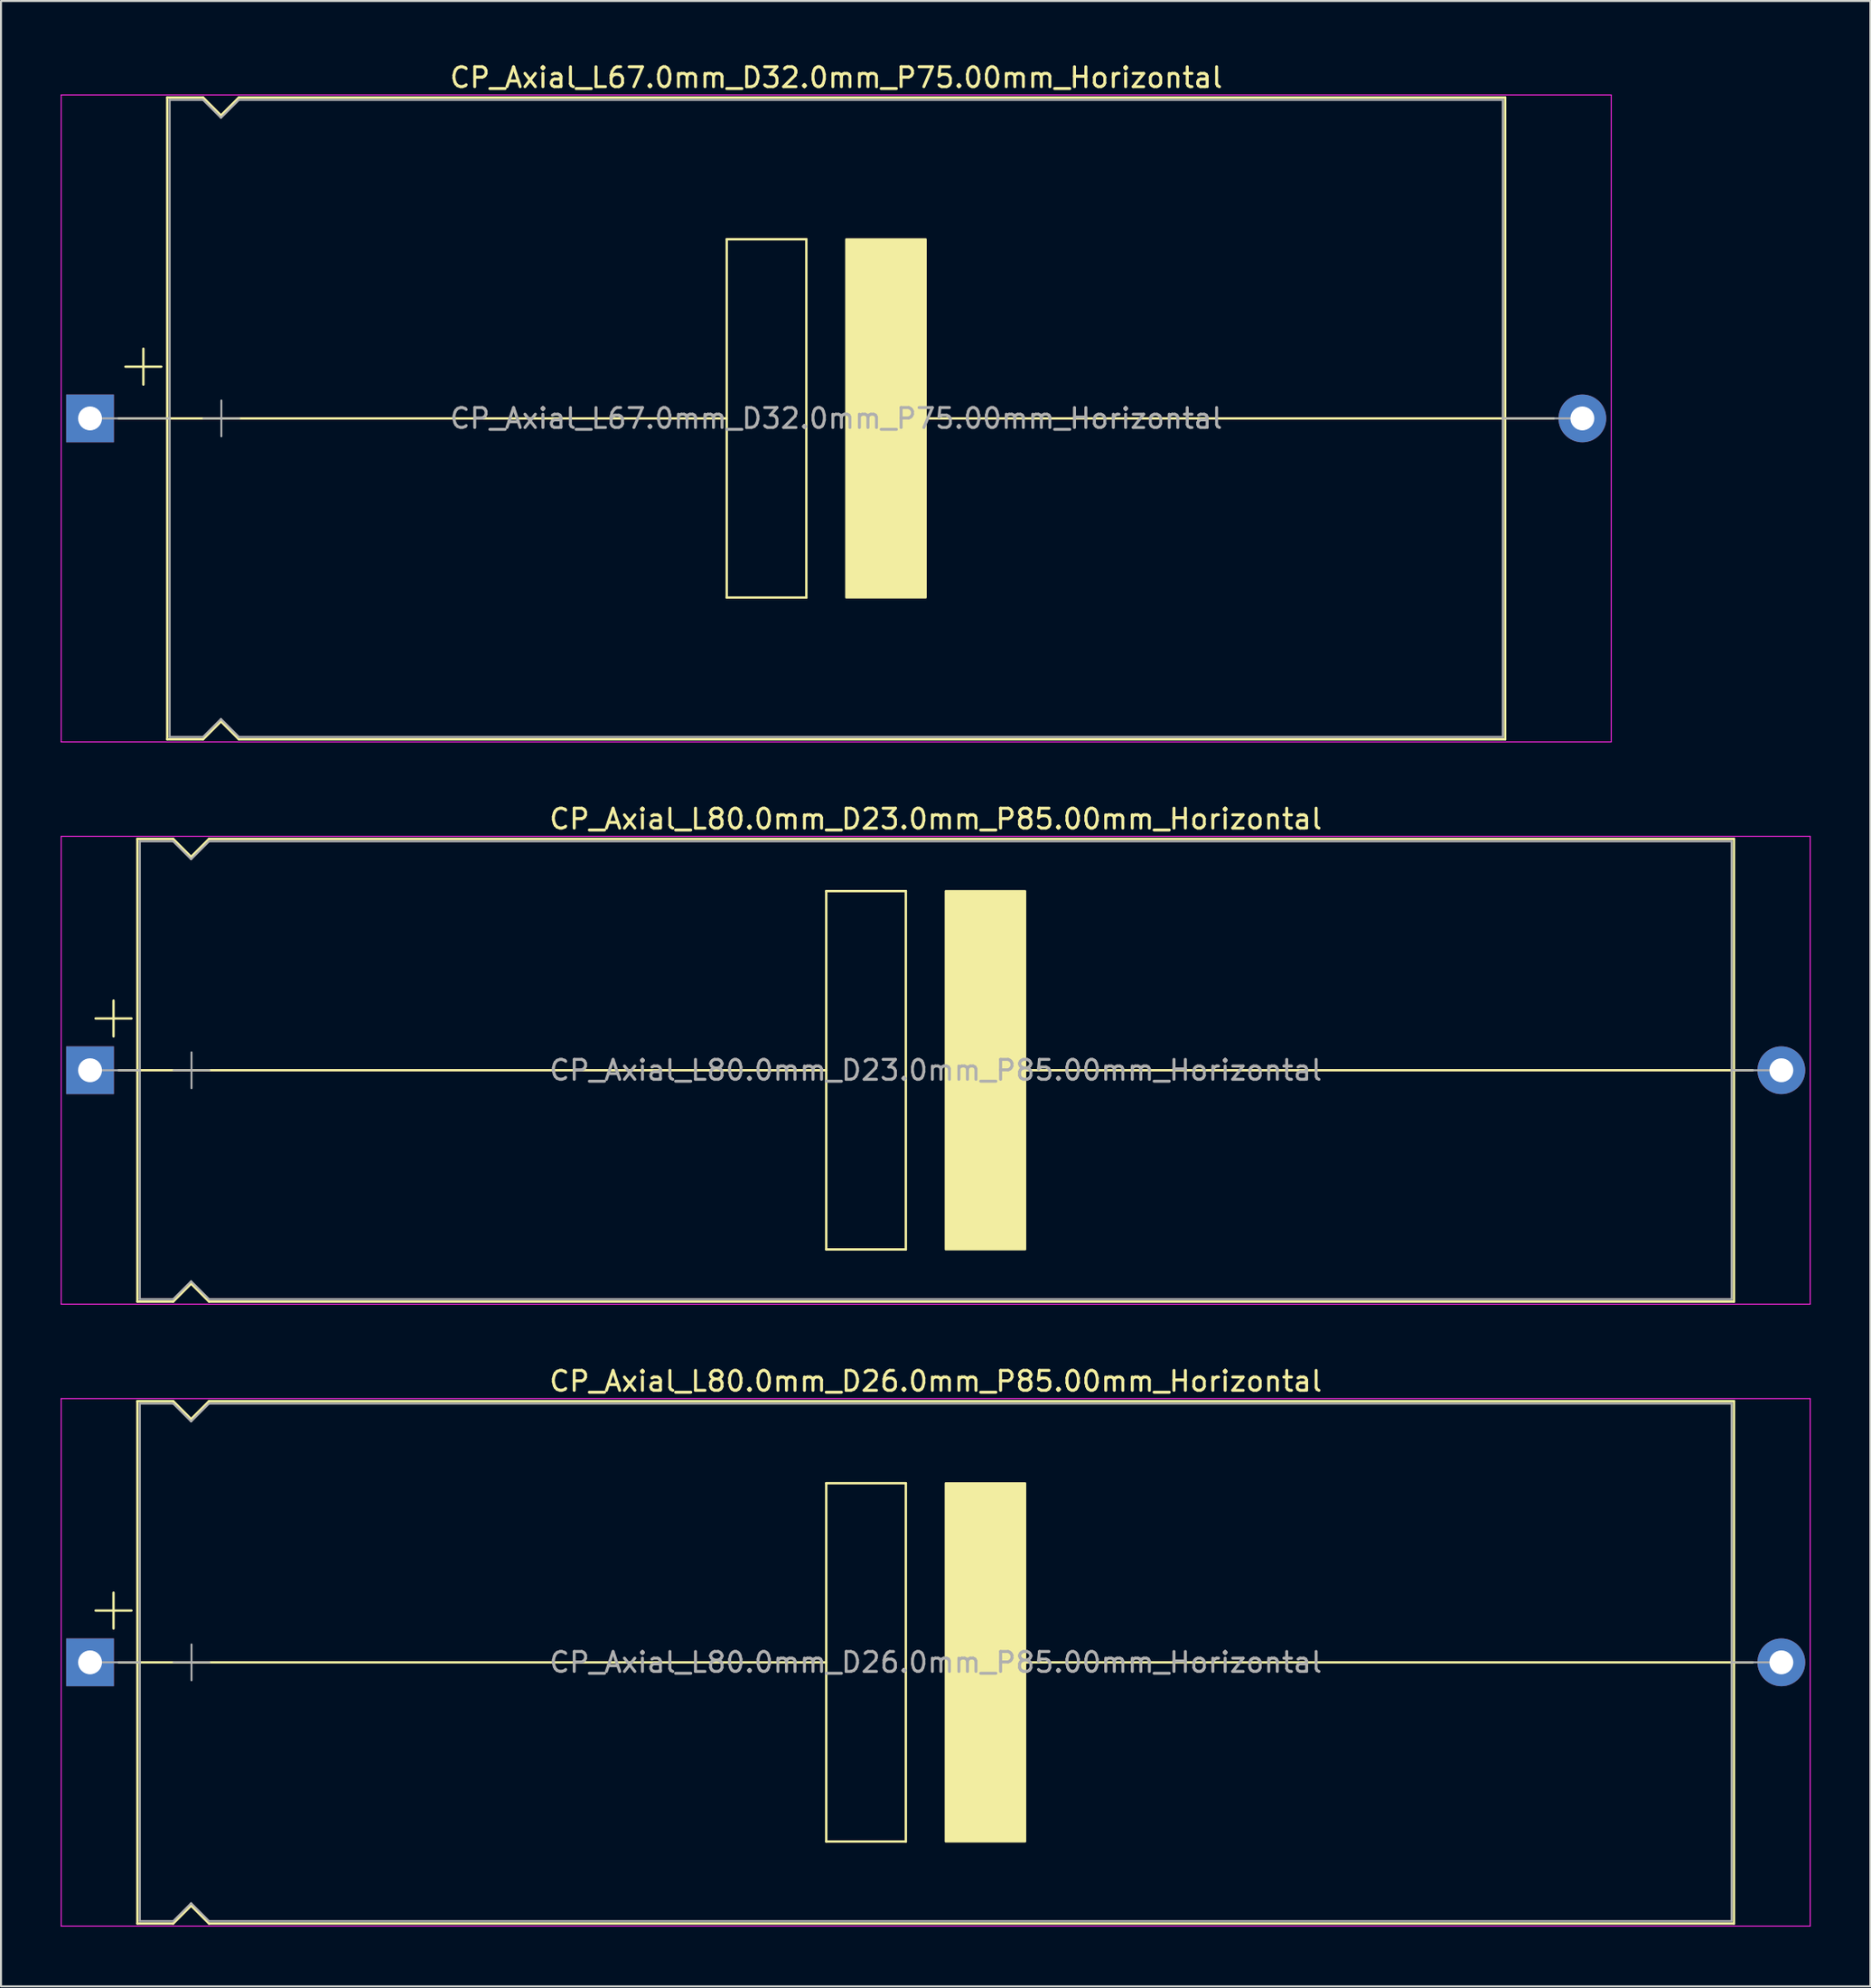
<source format=kicad_pcb>
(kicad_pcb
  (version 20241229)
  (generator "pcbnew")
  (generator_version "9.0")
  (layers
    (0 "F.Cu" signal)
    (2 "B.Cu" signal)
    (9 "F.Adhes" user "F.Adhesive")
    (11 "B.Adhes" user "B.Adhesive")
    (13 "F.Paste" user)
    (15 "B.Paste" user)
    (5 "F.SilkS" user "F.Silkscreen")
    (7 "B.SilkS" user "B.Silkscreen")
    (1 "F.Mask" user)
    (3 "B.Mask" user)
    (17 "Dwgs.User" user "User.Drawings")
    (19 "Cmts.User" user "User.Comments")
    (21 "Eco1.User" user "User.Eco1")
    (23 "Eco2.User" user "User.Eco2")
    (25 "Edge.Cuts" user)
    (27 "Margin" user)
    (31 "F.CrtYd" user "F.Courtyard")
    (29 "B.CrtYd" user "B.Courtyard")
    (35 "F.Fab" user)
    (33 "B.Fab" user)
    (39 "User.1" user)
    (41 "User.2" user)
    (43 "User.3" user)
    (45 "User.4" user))
  (footprint "CP_Axial_L80.0mm_D26.0mm_P85.00mm_Horizontal"
    (layer "F.Cu")
    (at 1.475 80.455)
    (property "Reference" "CP_Axial_L80.0mm_D26.0mm_P85.00mm_Horizontal" (at 42.5 -14.12 0) (layer "F.SilkS") (effects (font (size 1 1) (thickness 0.15))))
    (attr through_hole)
    (fp_line (start 0.28 -2.6) (end 2.08 -2.6) (stroke (width 0.12) (type solid)) (layer "F.SilkS"))
    (fp_line (start 1.18 -3.5) (end 1.18 -1.7) (stroke (width 0.12) (type solid)) (layer "F.SilkS"))
    (fp_line (start 1.44 0) (end 2.38 0) (stroke (width 0.12) (type solid)) (layer "F.SilkS"))
    (fp_line (start 2.38 -13.12) (end 2.38 13.12) (stroke (width 0.12) (type solid)) (layer "F.SilkS"))
    (fp_line (start 2.38 -13.12) (end 4.18 -13.12) (stroke (width 0.12) (type solid)) (layer "F.SilkS"))
    (fp_line (start 2.38 0) (end 37 0) (stroke (width 0.12) (type solid)) (layer "F.SilkS"))
    (fp_line (start 2.38 13.12) (end 4.18 13.12) (stroke (width 0.12) (type solid)) (layer "F.SilkS"))
    (fp_line (start 4.18 -13.12) (end 5.08 -12.22) (stroke (width 0.12) (type solid)) (layer "F.SilkS"))
    (fp_line (start 4.18 13.12) (end 5.08 12.22) (stroke (width 0.12) (type solid)) (layer "F.SilkS"))
    (fp_line (start 5.08 -12.22) (end 5.98 -13.12) (stroke (width 0.12) (type solid)) (layer "F.SilkS"))
    (fp_line (start 5.08 12.22) (end 5.98 13.12) (stroke (width 0.12) (type solid)) (layer "F.SilkS"))
    (fp_line (start 5.98 -13.12) (end 82.62 -13.12) (stroke (width 0.12) (type solid)) (layer "F.SilkS"))
    (fp_line (start 5.98 13.12) (end 82.62 13.12) (stroke (width 0.12) (type solid)) (layer "F.SilkS"))
    (fp_line (start 37 -9) (end 41 -9) (stroke (width 0.12) (type solid)) (layer "F.SilkS"))
    (fp_line (start 37 9) (end 37 -9) (stroke (width 0.12) (type solid)) (layer "F.SilkS"))
    (fp_line (start 41 -9) (end 41 9) (stroke (width 0.12) (type solid)) (layer "F.SilkS"))
    (fp_line (start 41 9) (end 37 9) (stroke (width 0.12) (type solid)) (layer "F.SilkS"))
    (fp_line (start 47 0) (end 82.62 0) (stroke (width 0.12) (type solid)) (layer "F.SilkS"))
    (fp_line (start 82.62 -13.12) (end 82.62 13.12) (stroke (width 0.12) (type solid)) (layer "F.SilkS"))
    (fp_line (start 83.56 0) (end 82.62 0) (stroke (width 0.12) (type solid)) (layer "F.SilkS"))
    (fp_poly (pts (xy 47 9) (xy 43 9) (xy 43 -9) (xy 47 -9)) (stroke (width 0.1) (type solid)) (fill yes) (layer "F.SilkS"))
    (fp_line (start -1.45 -13.25) (end -1.45 13.25) (stroke (width 0.05) (type solid)) (layer "F.CrtYd"))
    (fp_line (start -1.45 13.25) (end 86.45 13.25) (stroke (width 0.05) (type solid)) (layer "F.CrtYd"))
    (fp_line (start 86.45 -13.25) (end -1.45 -13.25) (stroke (width 0.05) (type solid)) (layer "F.CrtYd"))
    (fp_line (start 86.45 13.25) (end 86.45 -13.25) (stroke (width 0.05) (type solid)) (layer "F.CrtYd"))
    (fp_line (start 0 0) (end 2.5 0) (stroke (width 0.1) (type solid)) (layer "F.Fab"))
    (fp_line (start 2.5 -13) (end 2.5 13) (stroke (width 0.1) (type solid)) (layer "F.Fab"))
    (fp_line (start 2.5 -13) (end 4.18 -13) (stroke (width 0.1) (type solid)) (layer "F.Fab"))
    (fp_line (start 2.5 13) (end 4.18 13) (stroke (width 0.1) (type solid)) (layer "F.Fab"))
    (fp_line (start 4.18 -13) (end 5.08 -12.1) (stroke (width 0.1) (type solid)) (layer "F.Fab"))
    (fp_line (start 4.18 13) (end 5.08 12.1) (stroke (width 0.1) (type solid)) (layer "F.Fab"))
    (fp_line (start 4.2 0) (end 6 0) (stroke (width 0.1) (type solid)) (layer "F.Fab"))
    (fp_line (start 5.08 -12.1) (end 5.98 -13) (stroke (width 0.1) (type solid)) (layer "F.Fab"))
    (fp_line (start 5.08 12.1) (end 5.98 13) (stroke (width 0.1) (type solid)) (layer "F.Fab"))
    (fp_line (start 5.1 -0.9) (end 5.1 0.9) (stroke (width 0.1) (type solid)) (layer "F.Fab"))
    (fp_line (start 5.98 -13) (end 82.5 -13) (stroke (width 0.1) (type solid)) (layer "F.Fab"))
    (fp_line (start 5.98 13) (end 82.5 13) (stroke (width 0.1) (type solid)) (layer "F.Fab"))
    (fp_line (start 82.5 -13) (end 82.5 13) (stroke (width 0.1) (type solid)) (layer "F.Fab"))
    (fp_line (start 85 0) (end 82.5 0) (stroke (width 0.1) (type solid)) (layer "F.Fab"))
    (fp_text user "${REFERENCE}" (at 42.5 0 0) (layer "F.Fab") (effects (font (size 1 1) (thickness 0.15))))
    (pad "1" thru_hole rect (at 0 0) (size 2.4 2.4) (drill 1.2) (layers "*.Cu" "*.Mask"))
    (pad "2" thru_hole oval (at 85 0) (size 2.4 2.4) (drill 1.2) (layers "*.Cu" "*.Mask")))
  (footprint "CP_Axial_L80.0mm_D23.0mm_P85.00mm_Horizontal"
    (layer "F.Cu")
    (at 1.475 50.712)
    (property "Reference" "CP_Axial_L80.0mm_D23.0mm_P85.00mm_Horizontal" (at 42.5 -12.62 0) (layer "F.SilkS") (effects (font (size 1 1) (thickness 0.15))))
    (attr through_hole)
    (fp_line (start 0.28 -2.6) (end 2.08 -2.6) (stroke (width 0.12) (type solid)) (layer "F.SilkS"))
    (fp_line (start 1.18 -3.5) (end 1.18 -1.7) (stroke (width 0.12) (type solid)) (layer "F.SilkS"))
    (fp_line (start 1.44 0) (end 2.38 0) (stroke (width 0.12) (type solid)) (layer "F.SilkS"))
    (fp_line (start 2.38 -11.62) (end 2.38 11.62) (stroke (width 0.12) (type solid)) (layer "F.SilkS"))
    (fp_line (start 2.38 -11.62) (end 4.18 -11.62) (stroke (width 0.12) (type solid)) (layer "F.SilkS"))
    (fp_line (start 2.38 0) (end 37 0) (stroke (width 0.12) (type solid)) (layer "F.SilkS"))
    (fp_line (start 2.38 11.62) (end 4.18 11.62) (stroke (width 0.12) (type solid)) (layer "F.SilkS"))
    (fp_line (start 4.18 -11.62) (end 5.08 -10.72) (stroke (width 0.12) (type solid)) (layer "F.SilkS"))
    (fp_line (start 4.18 11.62) (end 5.08 10.72) (stroke (width 0.12) (type solid)) (layer "F.SilkS"))
    (fp_line (start 5.08 -10.72) (end 5.98 -11.62) (stroke (width 0.12) (type solid)) (layer "F.SilkS"))
    (fp_line (start 5.08 10.72) (end 5.98 11.62) (stroke (width 0.12) (type solid)) (layer "F.SilkS"))
    (fp_line (start 5.98 -11.62) (end 82.62 -11.62) (stroke (width 0.12) (type solid)) (layer "F.SilkS"))
    (fp_line (start 5.98 11.62) (end 82.62 11.62) (stroke (width 0.12) (type solid)) (layer "F.SilkS"))
    (fp_line (start 37 -9) (end 41 -9) (stroke (width 0.12) (type solid)) (layer "F.SilkS"))
    (fp_line (start 37 9) (end 37 -9) (stroke (width 0.12) (type solid)) (layer "F.SilkS"))
    (fp_line (start 41 -9) (end 41 9) (stroke (width 0.12) (type solid)) (layer "F.SilkS"))
    (fp_line (start 41 9) (end 37 9) (stroke (width 0.12) (type solid)) (layer "F.SilkS"))
    (fp_line (start 47 0) (end 82.62 0) (stroke (width 0.12) (type solid)) (layer "F.SilkS"))
    (fp_line (start 82.62 -11.62) (end 82.62 11.62) (stroke (width 0.12) (type solid)) (layer "F.SilkS"))
    (fp_line (start 83.56 0) (end 82.62 0) (stroke (width 0.12) (type solid)) (layer "F.SilkS"))
    (fp_poly (pts (xy 47 9) (xy 43 9) (xy 43 -9) (xy 47 -9)) (stroke (width 0.1) (type solid)) (fill yes) (layer "F.SilkS"))
    (fp_line (start -1.45 -11.75) (end -1.45 11.75) (stroke (width 0.05) (type solid)) (layer "F.CrtYd"))
    (fp_line (start -1.45 11.75) (end 86.45 11.75) (stroke (width 0.05) (type solid)) (layer "F.CrtYd"))
    (fp_line (start 86.45 -11.75) (end -1.45 -11.75) (stroke (width 0.05) (type solid)) (layer "F.CrtYd"))
    (fp_line (start 86.45 11.75) (end 86.45 -11.75) (stroke (width 0.05) (type solid)) (layer "F.CrtYd"))
    (fp_line (start 0 0) (end 2.5 0) (stroke (width 0.1) (type solid)) (layer "F.Fab"))
    (fp_line (start 2.5 -11.5) (end 2.5 11.5) (stroke (width 0.1) (type solid)) (layer "F.Fab"))
    (fp_line (start 2.5 -11.5) (end 4.18 -11.5) (stroke (width 0.1) (type solid)) (layer "F.Fab"))
    (fp_line (start 2.5 11.5) (end 4.18 11.5) (stroke (width 0.1) (type solid)) (layer "F.Fab"))
    (fp_line (start 4.18 -11.5) (end 5.08 -10.6) (stroke (width 0.1) (type solid)) (layer "F.Fab"))
    (fp_line (start 4.18 11.5) (end 5.08 10.6) (stroke (width 0.1) (type solid)) (layer "F.Fab"))
    (fp_line (start 4.2 0) (end 6 0) (stroke (width 0.1) (type solid)) (layer "F.Fab"))
    (fp_line (start 5.08 -10.6) (end 5.98 -11.5) (stroke (width 0.1) (type solid)) (layer "F.Fab"))
    (fp_line (start 5.08 10.6) (end 5.98 11.5) (stroke (width 0.1) (type solid)) (layer "F.Fab"))
    (fp_line (start 5.1 -0.9) (end 5.1 0.9) (stroke (width 0.1) (type solid)) (layer "F.Fab"))
    (fp_line (start 5.98 -11.5) (end 82.5 -11.5) (stroke (width 0.1) (type solid)) (layer "F.Fab"))
    (fp_line (start 5.98 11.5) (end 82.5 11.5) (stroke (width 0.1) (type solid)) (layer "F.Fab"))
    (fp_line (start 82.5 -11.5) (end 82.5 11.5) (stroke (width 0.1) (type solid)) (layer "F.Fab"))
    (fp_line (start 85 0) (end 82.5 0) (stroke (width 0.1) (type solid)) (layer "F.Fab"))
    (fp_text user "${REFERENCE}" (at 42.5 0 0) (layer "F.Fab") (effects (font (size 1 1) (thickness 0.15))))
    (pad "1" thru_hole rect (at 0 0) (size 2.4 2.4) (drill 1.2) (layers "*.Cu" "*.Mask"))
    (pad "2" thru_hole oval (at 85 0) (size 2.4 2.4) (drill 1.2) (layers "*.Cu" "*.Mask")))
  (footprint "CP_Axial_L67.0mm_D32.0mm_P75.00mm_Horizontal"
    (layer "F.Cu")
    (at 1.475 17.968)
    (property "Reference" "CP_Axial_L67.0mm_D32.0mm_P75.00mm_Horizontal" (at 37.5 -17.12 0) (layer "F.SilkS") (effects (font (size 1 1) (thickness 0.15))))
    (attr through_hole)
    (fp_line (start 1.44 0) (end 3.88 0) (stroke (width 0.12) (type solid)) (layer "F.SilkS"))
    (fp_line (start 1.78 -2.6) (end 3.58 -2.6) (stroke (width 0.12) (type solid)) (layer "F.SilkS"))
    (fp_line (start 2.68 -3.5) (end 2.68 -1.7) (stroke (width 0.12) (type solid)) (layer "F.SilkS"))
    (fp_line (start 3.88 -16.12) (end 3.88 16.12) (stroke (width 0.12) (type solid)) (layer "F.SilkS"))
    (fp_line (start 3.88 -16.12) (end 5.68 -16.12) (stroke (width 0.12) (type solid)) (layer "F.SilkS"))
    (fp_line (start 3.88 0) (end 32 0) (stroke (width 0.12) (type solid)) (layer "F.SilkS"))
    (fp_line (start 3.88 16.12) (end 5.68 16.12) (stroke (width 0.12) (type solid)) (layer "F.SilkS"))
    (fp_line (start 5.68 -16.12) (end 6.58 -15.22) (stroke (width 0.12) (type solid)) (layer "F.SilkS"))
    (fp_line (start 5.68 16.12) (end 6.58 15.22) (stroke (width 0.12) (type solid)) (layer "F.SilkS"))
    (fp_line (start 6.58 -15.22) (end 7.48 -16.12) (stroke (width 0.12) (type solid)) (layer "F.SilkS"))
    (fp_line (start 6.58 15.22) (end 7.48 16.12) (stroke (width 0.12) (type solid)) (layer "F.SilkS"))
    (fp_line (start 7.48 -16.12) (end 71.12 -16.12) (stroke (width 0.12) (type solid)) (layer "F.SilkS"))
    (fp_line (start 7.48 16.12) (end 71.12 16.12) (stroke (width 0.12) (type solid)) (layer "F.SilkS"))
    (fp_line (start 32 -9) (end 36 -9) (stroke (width 0.12) (type solid)) (layer "F.SilkS"))
    (fp_line (start 32 9) (end 32 -9) (stroke (width 0.12) (type solid)) (layer "F.SilkS"))
    (fp_line (start 36 -9) (end 36 9) (stroke (width 0.12) (type solid)) (layer "F.SilkS"))
    (fp_line (start 36 9) (end 32 9) (stroke (width 0.12) (type solid)) (layer "F.SilkS"))
    (fp_line (start 42 0) (end 71.12 0) (stroke (width 0.12) (type solid)) (layer "F.SilkS"))
    (fp_line (start 71.12 -16.12) (end 71.12 16.12) (stroke (width 0.12) (type solid)) (layer "F.SilkS"))
    (fp_line (start 73.56 0) (end 71.12 0) (stroke (width 0.12) (type solid)) (layer "F.SilkS"))
    (fp_poly (pts (xy 42 9) (xy 38 9) (xy 38 -9) (xy 42 -9)) (stroke (width 0.1) (type solid)) (fill yes) (layer "F.SilkS"))
    (fp_line (start -1.45 -16.25) (end -1.45 16.25) (stroke (width 0.05) (type solid)) (layer "F.CrtYd"))
    (fp_line (start -1.45 16.25) (end 76.45 16.25) (stroke (width 0.05) (type solid)) (layer "F.CrtYd"))
    (fp_line (start 76.45 -16.25) (end -1.45 -16.25) (stroke (width 0.05) (type solid)) (layer "F.CrtYd"))
    (fp_line (start 76.45 16.25) (end 76.45 -16.25) (stroke (width 0.05) (type solid)) (layer "F.CrtYd"))
    (fp_line (start 0 0) (end 4 0) (stroke (width 0.1) (type solid)) (layer "F.Fab"))
    (fp_line (start 4 -16) (end 4 16) (stroke (width 0.1) (type solid)) (layer "F.Fab"))
    (fp_line (start 4 -16) (end 5.68 -16) (stroke (width 0.1) (type solid)) (layer "F.Fab"))
    (fp_line (start 4 16) (end 5.68 16) (stroke (width 0.1) (type solid)) (layer "F.Fab"))
    (fp_line (start 5.68 -16) (end 6.58 -15.1) (stroke (width 0.1) (type solid)) (layer "F.Fab"))
    (fp_line (start 5.68 16) (end 6.58 15.1) (stroke (width 0.1) (type solid)) (layer "F.Fab"))
    (fp_line (start 5.7 0) (end 7.5 0) (stroke (width 0.1) (type solid)) (layer "F.Fab"))
    (fp_line (start 6.58 -15.1) (end 7.48 -16) (stroke (width 0.1) (type solid)) (layer "F.Fab"))
    (fp_line (start 6.58 15.1) (end 7.48 16) (stroke (width 0.1) (type solid)) (layer "F.Fab"))
    (fp_line (start 6.6 -0.9) (end 6.6 0.9) (stroke (width 0.1) (type solid)) (layer "F.Fab"))
    (fp_line (start 7.48 -16) (end 71 -16) (stroke (width 0.1) (type solid)) (layer "F.Fab"))
    (fp_line (start 7.48 16) (end 71 16) (stroke (width 0.1) (type solid)) (layer "F.Fab"))
    (fp_line (start 71 -16) (end 71 16) (stroke (width 0.1) (type solid)) (layer "F.Fab"))
    (fp_line (start 75 0) (end 71 0) (stroke (width 0.1) (type solid)) (layer "F.Fab"))
    (fp_text user "${REFERENCE}" (at 37.5 0 0) (layer "F.Fab") (effects (font (size 1 1) (thickness 0.15))))
    (pad "1" thru_hole rect (at 0 0) (size 2.4 2.4) (drill 1.2) (layers "*.Cu" "*.Mask"))
    (pad "2" thru_hole oval (at 75 0) (size 2.4 2.4) (drill 1.2) (layers "*.Cu" "*.Mask")))
  (gr_rect
    (start -3 -3)
    (end 90.95 96.73)
    (stroke (width 0.1) (type default))
    (fill no)
    (layer "Edge.Cuts")))
</source>
